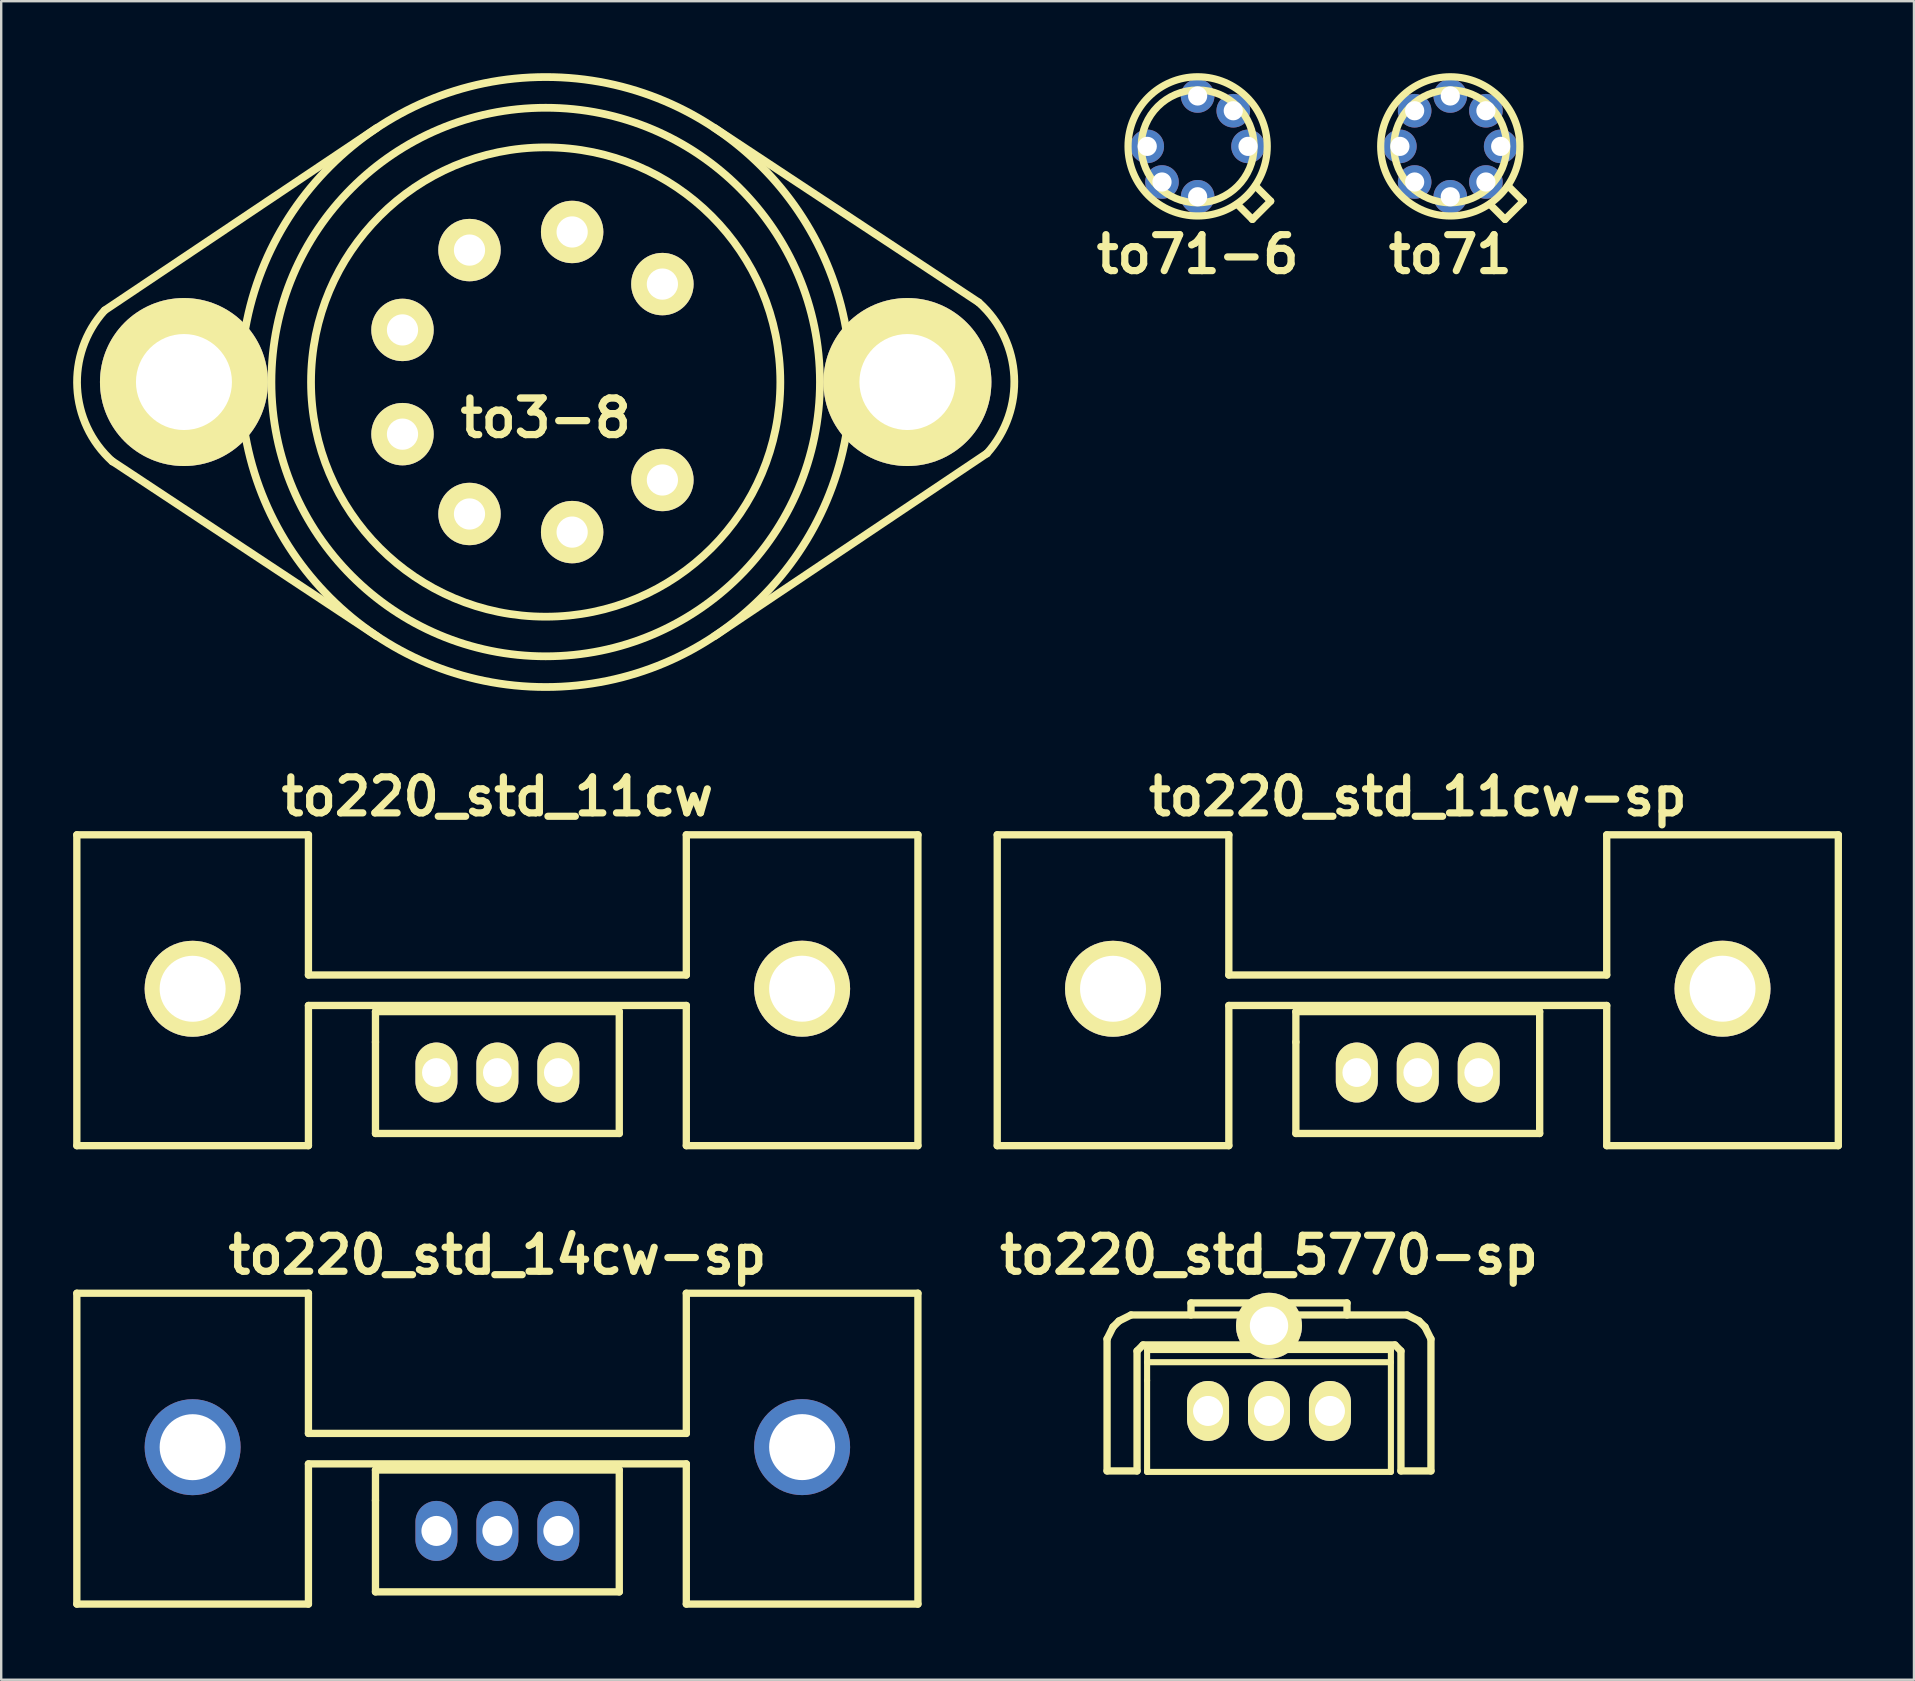
<source format=kicad_pcb>
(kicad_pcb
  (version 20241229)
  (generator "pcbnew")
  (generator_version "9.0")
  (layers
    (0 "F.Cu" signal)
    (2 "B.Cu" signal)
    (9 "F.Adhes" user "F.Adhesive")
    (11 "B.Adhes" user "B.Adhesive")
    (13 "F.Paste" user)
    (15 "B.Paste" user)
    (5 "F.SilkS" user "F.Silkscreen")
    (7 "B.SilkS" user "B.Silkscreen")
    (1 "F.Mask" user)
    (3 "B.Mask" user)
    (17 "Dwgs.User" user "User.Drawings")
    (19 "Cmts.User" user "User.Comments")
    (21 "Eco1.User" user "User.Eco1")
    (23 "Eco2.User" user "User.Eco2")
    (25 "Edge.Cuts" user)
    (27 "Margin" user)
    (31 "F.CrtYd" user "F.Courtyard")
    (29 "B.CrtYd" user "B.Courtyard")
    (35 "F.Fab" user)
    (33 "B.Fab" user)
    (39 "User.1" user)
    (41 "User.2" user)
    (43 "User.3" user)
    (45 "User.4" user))
  (footprint "to220_std_11cw-sp"
    (layer "F.Cu")
    (at 56.035 41.647)
    (property "Reference" "to220_std_11cw-sp" (at 0 -11.5 0) (layer "F.SilkS") (effects (font (size 1.5 1.5) (thickness 0.3))))
    (attr through_hole)
    (fp_line (start -17.526 -9.906) (end -17.526 3.048) (stroke (width 0.305) (type solid)) (layer "F.SilkS"))
    (fp_line (start -17.526 3.048) (end -7.874 3.048) (stroke (width 0.305) (type solid)) (layer "F.SilkS"))
    (fp_line (start -7.874 -9.906) (end -17.526 -9.906) (stroke (width 0.305) (type solid)) (layer "F.SilkS"))
    (fp_line (start -7.874 -9.906) (end -7.874 -4.064) (stroke (width 0.305) (type solid)) (layer "F.SilkS"))
    (fp_line (start -7.874 -2.794) (end -7.874 3.048) (stroke (width 0.305) (type solid)) (layer "F.SilkS"))
    (fp_line (start -7.874 -2.794) (end 7.874 -2.794) (stroke (width 0.305) (type solid)) (layer "F.SilkS"))
    (fp_line (start -5.08 -2.54) (end -5.08 -1.27) (stroke (width 0.305) (type solid)) (layer "F.SilkS"))
    (fp_line (start -5.08 -1.27) (end -5.08 2.54) (stroke (width 0.305) (type solid)) (layer "F.SilkS"))
    (fp_line (start -5.08 2.54) (end 5.08 2.54) (stroke (width 0.305) (type solid)) (layer "F.SilkS"))
    (fp_line (start 5.08 -2.54) (end -5.08 -2.54) (stroke (width 0.305) (type solid)) (layer "F.SilkS"))
    (fp_line (start 5.08 2.54) (end 5.08 -2.54) (stroke (width 0.305) (type solid)) (layer "F.SilkS"))
    (fp_line (start 7.874 -9.906) (end 7.874 -4.064) (stroke (width 0.305) (type solid)) (layer "F.SilkS"))
    (fp_line (start 7.874 -4.064) (end -7.874 -4.064) (stroke (width 0.305) (type solid)) (layer "F.SilkS"))
    (fp_line (start 7.874 3.048) (end 7.874 -2.794) (stroke (width 0.305) (type solid)) (layer "F.SilkS"))
    (fp_line (start 7.874 3.048) (end 17.526 3.048) (stroke (width 0.305) (type solid)) (layer "F.SilkS"))
    (fp_line (start 17.526 -9.906) (end 7.874 -9.906) (stroke (width 0.305) (type solid)) (layer "F.SilkS"))
    (fp_line (start 17.526 -9.906) (end 17.526 3.048) (stroke (width 0.305) (type solid)) (layer "F.SilkS"))
    (pad "" thru_hole circle (at -12.7 -3.49) (size 4 4) (drill 2.75) (layers "*.Cu" "*.Mask" "F.SilkS"))
    (pad "" thru_hole circle (at 12.7 -3.493) (size 4 4) (drill 2.75) (layers "*.Cu" "*.Mask" "F.SilkS"))
    (pad "1" thru_hole oval (at -2.54 0) (size 1.75 2.5) (drill 1.2) (layers "*.Cu" "*.Mask" "F.SilkS"))
    (pad "2" thru_hole oval (at 0 0) (size 1.75 2.5) (drill 1.2) (layers "*.Cu" "*.Mask" "F.SilkS"))
    (pad "3" thru_hole oval (at 2.54 0) (size 1.75 2.5) (drill 1.2) (layers "*.Cu" "*.Mask" "F.SilkS")))
  (footprint "to71"
    (layer "F.Cu")
    (at 57.39 3.05)
    (property "Reference" "to71" (at 0 4.5 0) (layer "F.SilkS") (effects (font (size 1.5 1.5) (thickness 0.3))))
    (attr through_hole)
    (fp_line (start 1.647 2.409) (end 2.282 3.044) (stroke (width 0.3) (type solid)) (layer "F.SilkS"))
    (fp_line (start 2.282 3.044) (end 3.044 2.282) (stroke (width 0.3) (type solid)) (layer "F.SilkS"))
    (fp_line (start 3.044 2.282) (end 2.409 1.647) (stroke (width 0.3) (type solid)) (layer "F.SilkS"))
    (fp_circle (center 0 0) (end 2.35 0) (stroke (width 0.3) (type solid)) (fill no) (layer "F.SilkS"))
    (fp_circle (center 0 0) (end 2.9 0) (stroke (width 0.3) (type solid)) (fill no) (layer "F.SilkS"))
    (pad "1" thru_hole circle (at 2.1 0) (size 1.4 1.4) (drill 0.8) (layers "*.Cu" "*.Mask"))
    (pad "2" thru_hole circle (at 1.485 -1.485) (size 1.4 1.4) (drill 0.8) (layers "*.Cu" "*.Mask"))
    (pad "3" thru_hole circle (at 0 -2.1) (size 1.4 1.4) (drill 0.8) (layers "*.Cu" "*.Mask"))
    (pad "4" thru_hole circle (at -1.485 -1.485) (size 1.4 1.4) (drill 0.8) (layers "*.Cu" "*.Mask"))
    (pad "5" thru_hole circle (at -2.1 0) (size 1.4 1.4) (drill 0.8) (layers "*.Cu" "*.Mask"))
    (pad "6" thru_hole circle (at -1.485 1.485) (size 1.4 1.4) (drill 0.8) (layers "*.Cu" "*.Mask"))
    (pad "7" thru_hole circle (at 0 2.1) (size 1.4 1.4) (drill 0.8) (layers "*.Cu" "*.Mask"))
    (pad "8" thru_hole circle (at 1.485 1.485) (size 1.4 1.4) (drill 0.8) (layers "*.Cu" "*.Mask")))
  (footprint "to220_std_5770-sp"
    (layer "F.Cu")
    (at 49.835 55.751)
    (property "Reference" "to220_std_5770-sp" (at 0 -6.5 0) (layer "F.SilkS") (effects (font (size 1.5 1.5) (thickness 0.3))))
    (attr through_hole)
    (fp_line (start -6.749 -3) (end -6.5 -3.5) (stroke (width 0.305) (type solid)) (layer "F.SilkS"))
    (fp_line (start -6.749 2.499) (end -6.749 -3) (stroke (width 0.305) (type solid)) (layer "F.SilkS"))
    (fp_line (start -6.5 -3.5) (end -6.251 -3.749) (stroke (width 0.305) (type solid)) (layer "F.SilkS"))
    (fp_line (start -6.251 -3.749) (end -5.751 -4) (stroke (width 0.305) (type solid)) (layer "F.SilkS"))
    (fp_line (start -5.499 -2.499) (end -5.499 2.499) (stroke (width 0.305) (type solid)) (layer "F.SilkS"))
    (fp_line (start -5.499 -2.499) (end -5.25 -2.751) (stroke (width 0.305) (type solid)) (layer "F.SilkS"))
    (fp_line (start -5.499 2.499) (end -6.749 2.499) (stroke (width 0.305) (type solid)) (layer "F.SilkS"))
    (fp_line (start -5.25 -2.751) (end 5.25 -2.751) (stroke (width 0.305) (type solid)) (layer "F.SilkS"))
    (fp_line (start -5.08 -2.54) (end -5.08 -1.27) (stroke (width 0.254) (type solid)) (layer "F.SilkS"))
    (fp_line (start -5.08 -2.032) (end 5.08 -2.032) (stroke (width 0.254) (type solid)) (layer "F.SilkS"))
    (fp_line (start -5.08 -1.27) (end -5.08 2.54) (stroke (width 0.254) (type solid)) (layer "F.SilkS"))
    (fp_line (start -5.08 2.54) (end 5.08 2.54) (stroke (width 0.254) (type solid)) (layer "F.SilkS"))
    (fp_line (start -3.251 -4.501) (end 3.251 -4.501) (stroke (width 0.305) (type solid)) (layer "F.SilkS"))
    (fp_line (start -3.251 -4) (end -3.251 -4.501) (stroke (width 0.305) (type solid)) (layer "F.SilkS"))
    (fp_line (start 3.251 -4.501) (end 3.251 -4) (stroke (width 0.305) (type solid)) (layer "F.SilkS"))
    (fp_line (start 5.08 -2.54) (end -5.08 -2.54) (stroke (width 0.254) (type solid)) (layer "F.SilkS"))
    (fp_line (start 5.08 2.54) (end 5.08 -2.54) (stroke (width 0.254) (type solid)) (layer "F.SilkS"))
    (fp_line (start 5.25 -2.751) (end 5.499 -2.499) (stroke (width 0.305) (type solid)) (layer "F.SilkS"))
    (fp_line (start 5.499 2.499) (end 5.499 -2.499) (stroke (width 0.305) (type solid)) (layer "F.SilkS"))
    (fp_line (start 5.751 -4) (end -5.751 -4) (stroke (width 0.305) (type solid)) (layer "F.SilkS"))
    (fp_line (start 5.751 -4) (end 6.251 -3.749) (stroke (width 0.305) (type solid)) (layer "F.SilkS"))
    (fp_line (start 6.251 -3.749) (end 6.5 -3.5) (stroke (width 0.305) (type solid)) (layer "F.SilkS"))
    (fp_line (start 6.5 -3.5) (end 6.749 -3) (stroke (width 0.305) (type solid)) (layer "F.SilkS"))
    (fp_line (start 6.749 -3) (end 6.749 2.499) (stroke (width 0.305) (type solid)) (layer "F.SilkS"))
    (fp_line (start 6.749 2.499) (end 5.499 2.499) (stroke (width 0.305) (type solid)) (layer "F.SilkS"))
    (pad "" thru_hole circle (at 0 -3.55) (size 2.75 2.75) (drill 1.6) (layers "*.Cu" "*.Mask" "F.SilkS"))
    (pad "1" thru_hole oval (at -2.54 0) (size 1.75 2.5) (drill 1.25) (layers "*.Cu" "*.Mask" "F.SilkS"))
    (pad "2" thru_hole oval (at 0 0) (size 1.75 2.5) (drill 1.25) (layers "*.Cu" "*.Mask" "F.SilkS"))
    (pad "3" thru_hole oval (at 2.54 0) (size 1.75 2.5) (drill 1.25) (layers "*.Cu" "*.Mask" "F.SilkS")))
  (footprint "to220_std_11cw"
    (layer "F.Cu")
    (at 17.678 41.647)
    (property "Reference" "to220_std_11cw" (at 0 -11.5 0) (layer "F.SilkS") (effects (font (size 1.5 1.5) (thickness 0.3))))
    (attr through_hole)
    (fp_line (start -17.526 -9.906) (end -17.526 3.048) (stroke (width 0.305) (type solid)) (layer "F.SilkS"))
    (fp_line (start -17.526 3.048) (end -7.874 3.048) (stroke (width 0.305) (type solid)) (layer "F.SilkS"))
    (fp_line (start -7.874 -9.906) (end -17.526 -9.906) (stroke (width 0.305) (type solid)) (layer "F.SilkS"))
    (fp_line (start -7.874 -9.906) (end -7.874 -4.064) (stroke (width 0.305) (type solid)) (layer "F.SilkS"))
    (fp_line (start -7.874 -2.794) (end -7.874 3.048) (stroke (width 0.305) (type solid)) (layer "F.SilkS"))
    (fp_line (start -7.874 -2.794) (end 7.874 -2.794) (stroke (width 0.305) (type solid)) (layer "F.SilkS"))
    (fp_line (start -5.08 -2.54) (end -5.08 -1.27) (stroke (width 0.305) (type solid)) (layer "F.SilkS"))
    (fp_line (start -5.08 -1.27) (end -5.08 2.54) (stroke (width 0.305) (type solid)) (layer "F.SilkS"))
    (fp_line (start -5.08 2.54) (end 5.08 2.54) (stroke (width 0.305) (type solid)) (layer "F.SilkS"))
    (fp_line (start 5.08 -2.54) (end -5.08 -2.54) (stroke (width 0.305) (type solid)) (layer "F.SilkS"))
    (fp_line (start 5.08 2.54) (end 5.08 -2.54) (stroke (width 0.305) (type solid)) (layer "F.SilkS"))
    (fp_line (start 7.874 -9.906) (end 7.874 -4.064) (stroke (width 0.305) (type solid)) (layer "F.SilkS"))
    (fp_line (start 7.874 -4.064) (end -7.874 -4.064) (stroke (width 0.305) (type solid)) (layer "F.SilkS"))
    (fp_line (start 7.874 3.048) (end 7.874 -2.794) (stroke (width 0.305) (type solid)) (layer "F.SilkS"))
    (fp_line (start 7.874 3.048) (end 17.526 3.048) (stroke (width 0.305) (type solid)) (layer "F.SilkS"))
    (fp_line (start 17.526 -9.906) (end 7.874 -9.906) (stroke (width 0.305) (type solid)) (layer "F.SilkS"))
    (fp_line (start 17.526 -9.906) (end 17.526 3.048) (stroke (width 0.305) (type solid)) (layer "F.SilkS"))
    (pad "" thru_hole circle (at -12.7 -3.49) (size 4 4) (drill 2.75) (layers "*.Cu" "*.Mask" "F.SilkS"))
    (pad "" thru_hole circle (at 12.7 -3.493) (size 4 4) (drill 2.75) (layers "*.Cu" "*.Mask" "F.SilkS"))
    (pad "1" thru_hole oval (at 2.54 0) (size 1.75 2.5) (drill 1.2) (layers "*.Cu" "*.Mask" "F.SilkS"))
    (pad "2" thru_hole oval (at 0 0) (size 1.75 2.5) (drill 1.2) (layers "*.Cu" "*.Mask" "F.SilkS"))
    (pad "3" thru_hole oval (at -2.54 0) (size 1.75 2.5) (drill 1.2) (layers "*.Cu" "*.Mask" "F.SilkS")))
  (footprint "to71-6"
    (layer "F.Cu")
    (at 46.861 3.05)
    (property "Reference" "to71-6" (at 0 4.5 0) (layer "F.SilkS") (effects (font (size 1.5 1.5) (thickness 0.3))))
    (attr through_hole)
    (fp_line (start 1.647 2.409) (end 2.282 3.044) (stroke (width 0.3) (type solid)) (layer "F.SilkS"))
    (fp_line (start 2.282 3.044) (end 3.044 2.282) (stroke (width 0.3) (type solid)) (layer "F.SilkS"))
    (fp_line (start 3.044 2.282) (end 2.409 1.647) (stroke (width 0.3) (type solid)) (layer "F.SilkS"))
    (fp_circle (center 0 0) (end 2.35 0) (stroke (width 0.3) (type solid)) (fill no) (layer "F.SilkS"))
    (fp_circle (center 0 0) (end 2.9 0) (stroke (width 0.3) (type solid)) (fill no) (layer "F.SilkS"))
    (pad "1" thru_hole circle (at 2.1 0) (size 1.4 1.4) (drill 0.8) (layers "*.Cu" "*.Mask"))
    (pad "2" thru_hole circle (at 1.485 -1.485) (size 1.4 1.4) (drill 0.8) (layers "*.Cu" "*.Mask"))
    (pad "3" thru_hole circle (at 0 -2.1) (size 1.4 1.4) (drill 0.8) (layers "*.Cu" "*.Mask"))
    (pad "4" thru_hole circle (at -2.1 0) (size 1.4 1.4) (drill 0.8) (layers "*.Cu" "*.Mask"))
    (pad "5" thru_hole circle (at -1.485 1.485) (size 1.4 1.4) (drill 0.8) (layers "*.Cu" "*.Mask"))
    (pad "6" thru_hole circle (at 0 2.1) (size 1.4 1.4) (drill 0.8) (layers "*.Cu" "*.Mask")))
  (footprint "to3-8"
    (layer "F.Cu")
    (at 19.691 12.871)
    (property "Reference" "to3-8" (at 0 1.5 0) (layer "F.SilkS") (effects (font (size 1.524 1.524) (thickness 0.305))))
    (attr through_hole)
    (fp_line (start -18.364 -2.997) (end -7.036 -10.592) (stroke (width 0.323) (type solid)) (layer "F.SilkS"))
    (fp_line (start -18.059 3.302) (end -7.036 10.592) (stroke (width 0.323) (type solid)) (layer "F.SilkS"))
    (fp_line (start 18.034 -3.327) (end 7.036 -10.592) (stroke (width 0.323) (type solid)) (layer "F.SilkS"))
    (fp_line (start 18.39 2.972) (end 7.036 10.592) (stroke (width 0.323) (type solid)) (layer "F.SilkS"))
    (fp_arc (start -18.05432 3.31216) (mid -19.523719 0.235283) (end -18.38706 -2.97942) (stroke (width 0.32258) (type solid)) (layer "F.SilkS"))
    (fp_arc (start 18.05432 -3.31216) (mid 19.523719 -0.235283) (end 18.38706 2.97942) (stroke (width 0.32258) (type solid)) (layer "F.SilkS"))
    (fp_circle (center 0 0) (end -12.7 0.508) (stroke (width 0.323) (type solid)) (fill no) (layer "F.SilkS"))
    (fp_circle (center 0 0) (end -11.43 0) (stroke (width 0.323) (type solid)) (fill no) (layer "F.SilkS"))
    (fp_circle (center 0 0) (end -9.779 0) (stroke (width 0.323) (type solid)) (fill no) (layer "F.SilkS"))
    (pad "1" thru_hole circle (at 4.864 -4.082) (size 2.6 2.6) (drill 1.3) (layers "*.Cu" "*.Mask" "F.SilkS"))
    (pad "2" thru_hole circle (at 1.103 -6.254) (size 2.6 2.6) (drill 1.3) (layers "*.Cu" "*.Mask" "F.SilkS"))
    (pad "3" thru_hole circle (at -3.175 -5.499) (size 2.6 2.6) (drill 1.3) (layers "*.Cu" "*.Mask" "F.SilkS"))
    (pad "4" thru_hole circle (at -5.967 -2.172) (size 2.6 2.6) (drill 1.3) (layers "*.Cu" "*.Mask" "F.SilkS"))
    (pad "5" thru_hole circle (at -5.967 2.172) (size 2.6 2.6) (drill 1.3) (layers "*.Cu" "*.Mask" "F.SilkS"))
    (pad "6" thru_hole circle (at -3.175 5.499) (size 2.6 2.6) (drill 1.3) (layers "*.Cu" "*.Mask" "F.SilkS"))
    (pad "7" thru_hole circle (at 1.103 6.254) (size 2.6 2.6) (drill 1.3) (layers "*.Cu" "*.Mask" "F.SilkS"))
    (pad "8" thru_hole circle (at 4.864 4.082) (size 2.6 2.6) (drill 1.3) (layers "*.Cu" "*.Mask" "F.SilkS"))
    (pad "9" thru_hole circle (at -15.075 0) (size 7 7) (drill 4) (layers "*.Cu" "*.Mask" "F.SilkS"))
    (pad "9" thru_hole circle (at 15.075 0) (size 7 7) (drill 4) (layers "*.Cu" "*.Mask" "F.SilkS")))
  (footprint "to220_std_14cw-sp"
    (layer "F.Cu")
    (at 17.678 60.751)
    (property "Reference" "to220_std_14cw-sp" (at 0 -11.5 0) (layer "F.SilkS") (effects (font (size 1.5 1.5) (thickness 0.3))))
    (attr through_hole)
    (fp_line (start -17.526 -9.906) (end -17.526 3.048) (stroke (width 0.305) (type solid)) (layer "F.SilkS"))
    (fp_line (start -17.526 3.048) (end -7.874 3.048) (stroke (width 0.305) (type solid)) (layer "F.SilkS"))
    (fp_line (start -7.874 -9.906) (end -17.526 -9.906) (stroke (width 0.305) (type solid)) (layer "F.SilkS"))
    (fp_line (start -7.874 -9.906) (end -7.874 -4.064) (stroke (width 0.305) (type solid)) (layer "F.SilkS"))
    (fp_line (start -7.874 -2.794) (end -7.874 3.048) (stroke (width 0.305) (type solid)) (layer "F.SilkS"))
    (fp_line (start -7.874 -2.794) (end 7.874 -2.794) (stroke (width 0.305) (type solid)) (layer "F.SilkS"))
    (fp_line (start -5.08 -2.54) (end -5.08 -1.27) (stroke (width 0.305) (type solid)) (layer "F.SilkS"))
    (fp_line (start -5.08 -1.27) (end -5.08 2.54) (stroke (width 0.305) (type solid)) (layer "F.SilkS"))
    (fp_line (start -5.08 2.54) (end 5.08 2.54) (stroke (width 0.305) (type solid)) (layer "F.SilkS"))
    (fp_line (start 5.08 -2.54) (end -5.08 -2.54) (stroke (width 0.305) (type solid)) (layer "F.SilkS"))
    (fp_line (start 5.08 2.54) (end 5.08 -2.54) (stroke (width 0.305) (type solid)) (layer "F.SilkS"))
    (fp_line (start 7.874 -9.906) (end 7.874 -4.064) (stroke (width 0.305) (type solid)) (layer "F.SilkS"))
    (fp_line (start 7.874 -4.064) (end -7.874 -4.064) (stroke (width 0.305) (type solid)) (layer "F.SilkS"))
    (fp_line (start 7.874 3.048) (end 7.874 -2.794) (stroke (width 0.305) (type solid)) (layer "F.SilkS"))
    (fp_line (start 7.874 3.048) (end 17.526 3.048) (stroke (width 0.305) (type solid)) (layer "F.SilkS"))
    (fp_line (start 17.526 -9.906) (end 7.874 -9.906) (stroke (width 0.305) (type solid)) (layer "F.SilkS"))
    (fp_line (start 17.526 -9.906) (end 17.526 3.048) (stroke (width 0.305) (type solid)) (layer "F.SilkS"))
    (pad "" thru_hole circle (at -12.7 -3.49) (size 4 4) (drill 2.75) (layers "*.Cu" "*.Mask"))
    (pad "" thru_hole circle (at 12.7 -3.493) (size 4 4) (drill 2.75) (layers "*.Cu" "*.Mask"))
    (pad "1" thru_hole oval (at -2.54 0) (size 1.75 2.5) (drill 1.25) (layers "*.Cu" "*.Mask"))
    (pad "2" thru_hole oval (at 0 0) (size 1.75 2.5) (drill 1.25) (layers "*.Cu" "*.Mask"))
    (pad "3" thru_hole oval (at 2.54 0) (size 1.75 2.5) (drill 1.25) (layers "*.Cu" "*.Mask")))
  (gr_rect
    (start -3 -3)
    (end 76.714 66.952)
    (stroke (width 0.1) (type default))
    (fill no)
    (layer "Edge.Cuts")))
</source>
